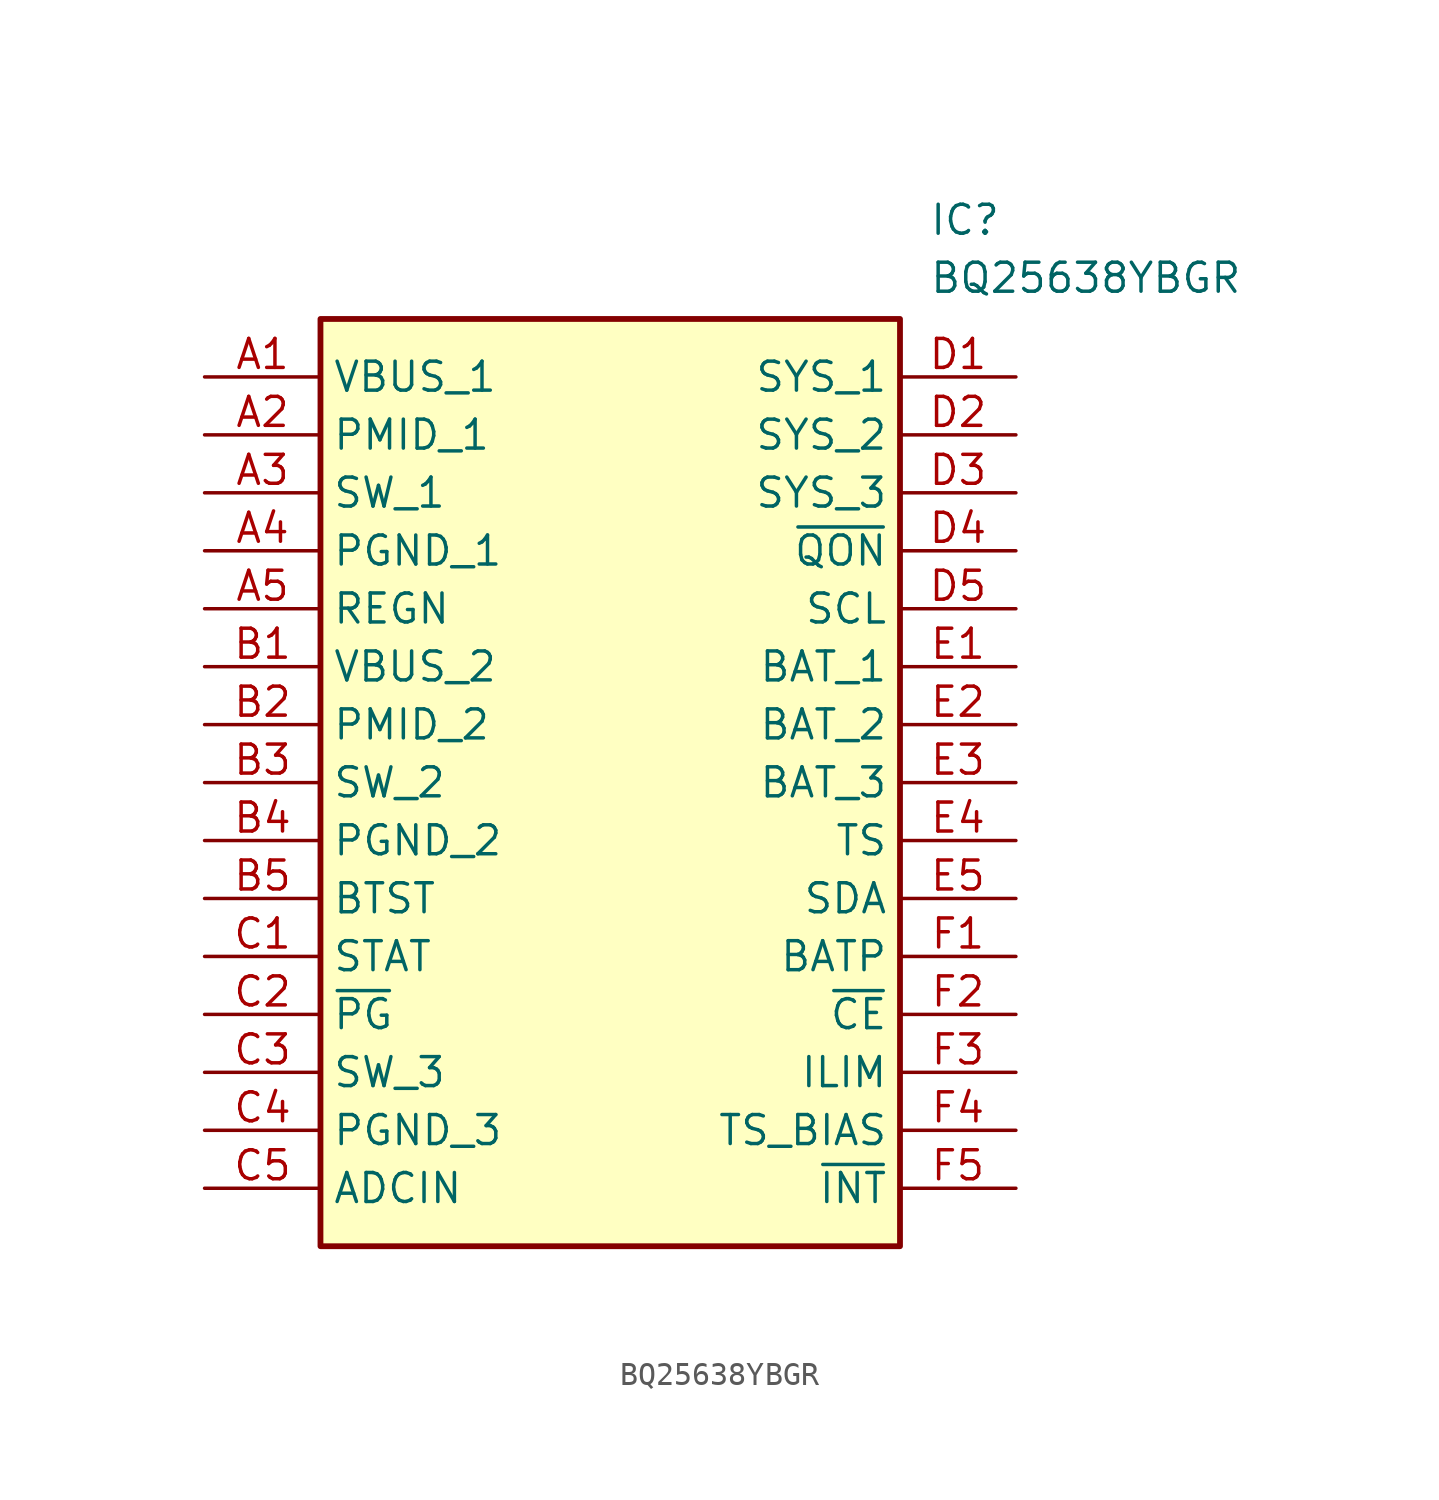
<source format=kicad_sym>
(kicad_symbol_lib
  (version 20211014)
  (generator SamacSys_ECAD_Model)
  (symbol "BQ25638YBGR"
    (property "Reference" "IC"
      (at 31.75 7.62 0)
      (effects (font (size 1.27 1.27)) (justify left top)))
    (property "Value" "BQ25638YBGR"
      (at 31.75 5.08 0)
      (effects (font (size 1.27 1.27)) (justify left top)))
    (rectangle
      (start 5.08 2.54)
      (end 30.48 -38.1)
      (stroke (width 0.254) (type default))
      (fill (type background)))
    (pin passive line
      (at 0 0 0)
      (length 5.08)
      (name "VBUS_1" (effects (font (size 1.27 1.27))))
      (number "A1" (effects (font (size 1.27 1.27)))))
    (pin passive line
      (at 0 -2.54 0)
      (length 5.08)
      (name "PMID_1" (effects (font (size 1.27 1.27))))
      (number "A2" (effects (font (size 1.27 1.27)))))
    (pin passive line
      (at 0 -5.08 0)
      (length 5.08)
      (name "SW_1" (effects (font (size 1.27 1.27))))
      (number "A3" (effects (font (size 1.27 1.27)))))
    (pin passive line
      (at 0 -7.62 0)
      (length 5.08)
      (name "PGND_1" (effects (font (size 1.27 1.27))))
      (number "A4" (effects (font (size 1.27 1.27)))))
    (pin passive line
      (at 0 -10.16 0)
      (length 5.08)
      (name "REGN" (effects (font (size 1.27 1.27))))
      (number "A5" (effects (font (size 1.27 1.27)))))
    (pin passive line
      (at 0 -12.7 0)
      (length 5.08)
      (name "VBUS_2" (effects (font (size 1.27 1.27))))
      (number "B1" (effects (font (size 1.27 1.27)))))
    (pin passive line
      (at 0 -15.24 0)
      (length 5.08)
      (name "PMID_2" (effects (font (size 1.27 1.27))))
      (number "B2" (effects (font (size 1.27 1.27)))))
    (pin passive line
      (at 0 -17.78 0)
      (length 5.08)
      (name "SW_2" (effects (font (size 1.27 1.27))))
      (number "B3" (effects (font (size 1.27 1.27)))))
    (pin passive line
      (at 0 -20.32 0)
      (length 5.08)
      (name "PGND_2" (effects (font (size 1.27 1.27))))
      (number "B4" (effects (font (size 1.27 1.27)))))
    (pin passive line
      (at 0 -22.86 0)
      (length 5.08)
      (name "BTST" (effects (font (size 1.27 1.27))))
      (number "B5" (effects (font (size 1.27 1.27)))))
    (pin passive line
      (at 0 -25.4 0)
      (length 5.08)
      (name "STAT" (effects (font (size 1.27 1.27))))
      (number "C1" (effects (font (size 1.27 1.27)))))
    (pin passive line
      (at 0 -27.94 0)
      (length 5.08)
      (name "~{PG}" (effects (font (size 1.27 1.27))))
      (number "C2" (effects (font (size 1.27 1.27)))))
    (pin passive line
      (at 0 -30.48 0)
      (length 5.08)
      (name "SW_3" (effects (font (size 1.27 1.27))))
      (number "C3" (effects (font (size 1.27 1.27)))))
    (pin passive line
      (at 0 -33.02 0)
      (length 5.08)
      (name "PGND_3" (effects (font (size 1.27 1.27))))
      (number "C4" (effects (font (size 1.27 1.27)))))
    (pin passive line
      (at 0 -35.56 0)
      (length 5.08)
      (name "ADCIN" (effects (font (size 1.27 1.27))))
      (number "C5" (effects (font (size 1.27 1.27)))))
    (pin passive line
      (at 35.56 0 180)
      (length 5.08)
      (name "SYS_1" (effects (font (size 1.27 1.27))))
      (number "D1" (effects (font (size 1.27 1.27)))))
    (pin passive line
      (at 35.56 -2.54 180)
      (length 5.08)
      (name "SYS_2" (effects (font (size 1.27 1.27))))
      (number "D2" (effects (font (size 1.27 1.27)))))
    (pin passive line
      (at 35.56 -5.08 180)
      (length 5.08)
      (name "SYS_3" (effects (font (size 1.27 1.27))))
      (number "D3" (effects (font (size 1.27 1.27)))))
    (pin passive line
      (at 35.56 -7.62 180)
      (length 5.08)
      (name "~{QON}" (effects (font (size 1.27 1.27))))
      (number "D4" (effects (font (size 1.27 1.27)))))
    (pin passive line
      (at 35.56 -10.16 180)
      (length 5.08)
      (name "SCL" (effects (font (size 1.27 1.27))))
      (number "D5" (effects (font (size 1.27 1.27)))))
    (pin passive line
      (at 35.56 -12.7 180)
      (length 5.08)
      (name "BAT_1" (effects (font (size 1.27 1.27))))
      (number "E1" (effects (font (size 1.27 1.27)))))
    (pin passive line
      (at 35.56 -15.24 180)
      (length 5.08)
      (name "BAT_2" (effects (font (size 1.27 1.27))))
      (number "E2" (effects (font (size 1.27 1.27)))))
    (pin passive line
      (at 35.56 -17.78 180)
      (length 5.08)
      (name "BAT_3" (effects (font (size 1.27 1.27))))
      (number "E3" (effects (font (size 1.27 1.27)))))
    (pin passive line
      (at 35.56 -20.32 180)
      (length 5.08)
      (name "TS" (effects (font (size 1.27 1.27))))
      (number "E4" (effects (font (size 1.27 1.27)))))
    (pin passive line
      (at 35.56 -22.86 180)
      (length 5.08)
      (name "SDA" (effects (font (size 1.27 1.27))))
      (number "E5" (effects (font (size 1.27 1.27)))))
    (pin passive line
      (at 35.56 -25.4 180)
      (length 5.08)
      (name "BATP" (effects (font (size 1.27 1.27))))
      (number "F1" (effects (font (size 1.27 1.27)))))
    (pin passive line
      (at 35.56 -27.94 180)
      (length 5.08)
      (name "~{CE}" (effects (font (size 1.27 1.27))))
      (number "F2" (effects (font (size 1.27 1.27)))))
    (pin passive line
      (at 35.56 -30.48 180)
      (length 5.08)
      (name "ILIM" (effects (font (size 1.27 1.27))))
      (number "F3" (effects (font (size 1.27 1.27)))))
    (pin passive line
      (at 35.56 -33.02 180)
      (length 5.08)
      (name "TS_BIAS" (effects (font (size 1.27 1.27))))
      (number "F4" (effects (font (size 1.27 1.27)))))
    (pin passive line
      (at 35.56 -35.56 180)
      (length 5.08)
      (name "~{INT}" (effects (font (size 1.27 1.27))))
      (number "F5" (effects (font (size 1.27 1.27)))))))
</source>
